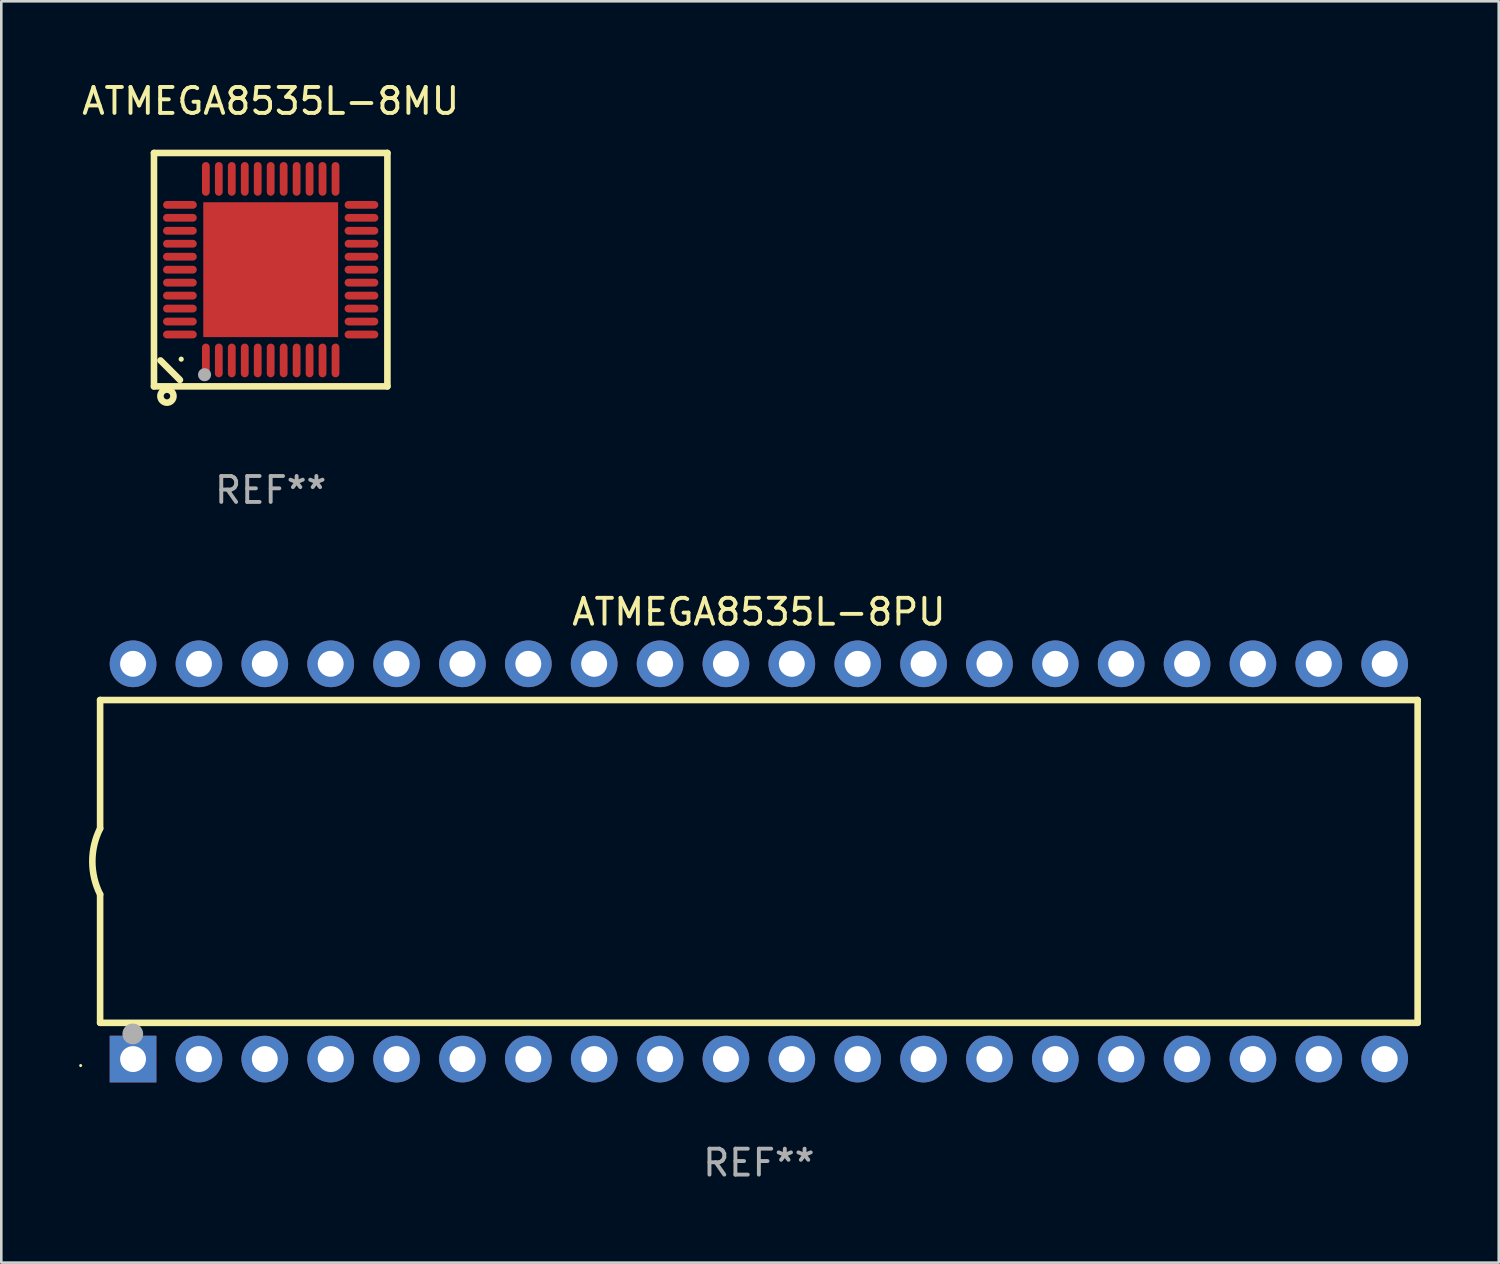
<source format=kicad_pcb>
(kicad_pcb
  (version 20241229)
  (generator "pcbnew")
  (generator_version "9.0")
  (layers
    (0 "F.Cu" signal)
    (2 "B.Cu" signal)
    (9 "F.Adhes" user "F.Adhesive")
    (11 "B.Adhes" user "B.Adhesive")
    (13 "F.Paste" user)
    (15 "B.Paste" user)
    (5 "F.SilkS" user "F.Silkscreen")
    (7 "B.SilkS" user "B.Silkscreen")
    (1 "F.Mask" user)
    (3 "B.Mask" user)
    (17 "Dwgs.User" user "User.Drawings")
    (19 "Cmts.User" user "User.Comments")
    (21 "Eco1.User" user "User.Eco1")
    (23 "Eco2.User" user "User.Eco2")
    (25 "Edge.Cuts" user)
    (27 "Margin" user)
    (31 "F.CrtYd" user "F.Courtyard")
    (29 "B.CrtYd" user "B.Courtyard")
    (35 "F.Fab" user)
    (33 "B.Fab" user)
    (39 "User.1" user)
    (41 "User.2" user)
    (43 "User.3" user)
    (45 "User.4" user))
  (footprint "ATMEGA8535L-8MU"
    (layer "F.Cu")
    (at 7.387 7.348)
    (property "Reference" "ATMEGA8535L-8MU" (at 0 -6.5 0) (layer "F.SilkS") (effects (font (size 1 1) (thickness 0.15))))
    (attr through_hole)
    (fp_line (start -4.5 -4.5) (end -4.5 4.5) (stroke (width 0.254) (type solid)) (layer "F.SilkS"))
    (fp_line (start -4.5 4.5) (end 4.5 4.5) (stroke (width 0.254) (type solid)) (layer "F.SilkS"))
    (fp_line (start -3.5 4.25) (end -4.25 3.5) (stroke (width 0.254) (type solid)) (layer "F.SilkS"))
    (fp_line (start 4.5 -4.5) (end -4.5 -4.5) (stroke (width 0.254) (type solid)) (layer "F.SilkS"))
    (fp_line (start 4.5 4.5) (end 4.5 -4.5) (stroke (width 0.254) (type solid)) (layer "F.SilkS"))
    (fp_circle (center -4 4.875) (end -3.875 4.875) (stroke (width 0.254) (type solid)) (fill no) (layer "F.SilkS"))
    (fp_circle (center -3.45 3.45) (end -3.4 3.45) (stroke (width 0.1) (type solid)) (fill no) (layer "F.SilkS"))
    (fp_circle (center -2.55 4.05) (end -2.423 4.05) (stroke (width 0.254) (type solid)) (fill no) (layer "F.Fab"))
    (fp_text user "REF**" (at 0 8.5 0) (layer "F.Fab") (effects (font (size 1 1) (thickness 0.15))))
    (pad "1" smd oval (at -2.5 3.5 90) (size 1.3 0.3) (layers "F.Cu" "F.Mask" "F.Paste"))
    (pad "2" smd oval (at -2 3.5 90) (size 1.3 0.3) (layers "F.Cu" "F.Mask" "F.Paste"))
    (pad "3" smd oval (at -1.5 3.5 90) (size 1.3 0.3) (layers "F.Cu" "F.Mask" "F.Paste"))
    (pad "4" smd oval (at -1 3.5 90) (size 1.3 0.3) (layers "F.Cu" "F.Mask" "F.Paste"))
    (pad "5" smd oval (at -0.5 3.5 90) (size 1.3 0.3) (layers "F.Cu" "F.Mask" "F.Paste"))
    (pad "6" smd oval (at 0.000025 3.5 90) (size 1.3 0.3) (layers "F.Cu" "F.Mask" "F.Paste"))
    (pad "7" smd oval (at 0.5 3.5 90) (size 1.3 0.3) (layers "F.Cu" "F.Mask" "F.Paste"))
    (pad "8" smd oval (at 1 3.5 90) (size 1.3 0.3) (layers "F.Cu" "F.Mask" "F.Paste"))
    (pad "9" smd oval (at 1.5 3.5 90) (size 1.3 0.3) (layers "F.Cu" "F.Mask" "F.Paste"))
    (pad "10" smd oval (at 2 3.5 90) (size 1.3 0.3) (layers "F.Cu" "F.Mask" "F.Paste"))
    (pad "11" smd oval (at 2.5 3.5 90) (size 1.3 0.3) (layers "F.Cu" "F.Mask" "F.Paste"))
    (pad "12" smd oval (at 3.5 2.5 90) (size 0.3 1.3) (layers "F.Cu" "F.Mask" "F.Paste"))
    (pad "13" smd oval (at 3.5 2 90) (size 0.3 1.3) (layers "F.Cu" "F.Mask" "F.Paste"))
    (pad "14" smd oval (at 3.5 1.5 90) (size 0.3 1.3) (layers "F.Cu" "F.Mask" "F.Paste"))
    (pad "15" smd oval (at 3.5 1 90) (size 0.3 1.3) (layers "F.Cu" "F.Mask" "F.Paste"))
    (pad "16" smd oval (at 3.5 0.5 90) (size 0.3 1.3) (layers "F.Cu" "F.Mask" "F.Paste"))
    (pad "17" smd oval (at 3.5 0.000025 90) (size 0.3 1.3) (layers "F.Cu" "F.Mask" "F.Paste"))
    (pad "18" smd oval (at 3.5 -0.5 90) (size 0.3 1.3) (layers "F.Cu" "F.Mask" "F.Paste"))
    (pad "19" smd oval (at 3.5 -1 90) (size 0.3 1.3) (layers "F.Cu" "F.Mask" "F.Paste"))
    (pad "20" smd oval (at 3.5 -1.5 90) (size 0.3 1.3) (layers "F.Cu" "F.Mask" "F.Paste"))
    (pad "21" smd oval (at 3.5 -2 90) (size 0.3 1.3) (layers "F.Cu" "F.Mask" "F.Paste"))
    (pad "22" smd oval (at 3.5 -2.5 90) (size 0.3 1.3) (layers "F.Cu" "F.Mask" "F.Paste"))
    (pad "23" smd oval (at 2.5 -3.5 90) (size 1.3 0.3) (layers "F.Cu" "F.Mask" "F.Paste"))
    (pad "24" smd oval (at 2 -3.5 90) (size 1.3 0.3) (layers "F.Cu" "F.Mask" "F.Paste"))
    (pad "25" smd oval (at 1.5 -3.5 90) (size 1.3 0.3) (layers "F.Cu" "F.Mask" "F.Paste"))
    (pad "26" smd oval (at 1 -3.5 90) (size 1.3 0.3) (layers "F.Cu" "F.Mask" "F.Paste"))
    (pad "27" smd oval (at 0.5 -3.5 90) (size 1.3 0.3) (layers "F.Cu" "F.Mask" "F.Paste"))
    (pad "28" smd oval (at 0.000025 -3.5 90) (size 1.3 0.3) (layers "F.Cu" "F.Mask" "F.Paste"))
    (pad "29" smd oval (at -0.5 -3.5 90) (size 1.3 0.3) (layers "F.Cu" "F.Mask" "F.Paste"))
    (pad "30" smd oval (at -1 -3.5 90) (size 1.3 0.3) (layers "F.Cu" "F.Mask" "F.Paste"))
    (pad "31" smd oval (at -1.5 -3.5 90) (size 1.3 0.3) (layers "F.Cu" "F.Mask" "F.Paste"))
    (pad "32" smd oval (at -2 -3.5 90) (size 1.3 0.3) (layers "F.Cu" "F.Mask" "F.Paste"))
    (pad "33" smd oval (at -2.5 -3.5 90) (size 1.3 0.3) (layers "F.Cu" "F.Mask" "F.Paste"))
    (pad "34" smd oval (at -3.5 -2.5 90) (size 0.3 1.3) (layers "F.Cu" "F.Mask" "F.Paste"))
    (pad "35" smd oval (at -3.5 -2 90) (size 0.3 1.3) (layers "F.Cu" "F.Mask" "F.Paste"))
    (pad "36" smd oval (at -3.5 -1.5 90) (size 0.3 1.3) (layers "F.Cu" "F.Mask" "F.Paste"))
    (pad "37" smd oval (at -3.5 -1 90) (size 0.3 1.3) (layers "F.Cu" "F.Mask" "F.Paste"))
    (pad "38" smd oval (at -3.5 -0.5 90) (size 0.3 1.3) (layers "F.Cu" "F.Mask" "F.Paste"))
    (pad "39" smd oval (at -3.5 0.000025 90) (size 0.3 1.3) (layers "F.Cu" "F.Mask" "F.Paste"))
    (pad "40" smd oval (at -3.5 0.5 90) (size 0.3 1.3) (layers "F.Cu" "F.Mask" "F.Paste"))
    (pad "41" smd oval (at -3.5 1 90) (size 0.3 1.3) (layers "F.Cu" "F.Mask" "F.Paste"))
    (pad "42" smd oval (at -3.5 1.5 90) (size 0.3 1.3) (layers "F.Cu" "F.Mask" "F.Paste"))
    (pad "43" smd oval (at -3.5 2 90) (size 0.3 1.3) (layers "F.Cu" "F.Mask" "F.Paste"))
    (pad "44" smd oval (at -3.5 2.5 90) (size 0.3 1.3) (layers "F.Cu" "F.Mask" "F.Paste"))
    (pad "45" smd rect (at 0.000025 0.000025 90) (size 5.2 5.2) (layers "F.Cu" "F.Mask" "F.Paste")))
  (footprint "ATMEGA8535L-8PU"
    (layer "F.Cu")
    (at 26.21 30.165)
    (property "Reference" "ATMEGA8535L-8PU" (at 0 -9.62 0) (layer "F.SilkS") (effects (font (size 1 1) (thickness 0.15))))
    (attr through_hole)
    (fp_line (start -25.4 -6.224) (end -25.4 -1.271) (stroke (width 0.254) (type solid)) (layer "F.SilkS"))
    (fp_line (start -25.4 -6.224) (end 25.4 -6.224) (stroke (width 0.254) (type solid)) (layer "F.SilkS"))
    (fp_line (start -25.4 1.269) (end -25.4 6.222) (stroke (width 0.254) (type solid)) (layer "F.SilkS"))
    (fp_line (start -25.4 6.222) (end 25.4 6.222) (stroke (width 0.254) (type solid)) (layer "F.SilkS"))
    (fp_line (start 25.4 6.222) (end 25.4 -6.224) (stroke (width 0.254) (type solid)) (layer "F.SilkS"))
    (fp_arc (start -25.4 1.269241) (mid -25.699807 -0.000762) (end -25.4 -1.270765) (stroke (width 0.254001) (type solid)) (layer "F.SilkS"))
    (fp_circle (center -26.15 7.87) (end -26.12 7.87) (stroke (width 0.06) (type solid)) (fill no) (layer "F.SilkS"))
    (fp_circle (center -24.14 6.65) (end -23.94 6.65) (stroke (width 0.4) (type solid)) (fill no) (layer "F.Fab"))
    (fp_text user "REF**" (at 0 11.62 0) (layer "F.Fab") (effects (font (size 1 1) (thickness 0.15))))
    (pad "1" thru_hole rect (at -24.13 7.62 90) (size 1.8 1.8) (drill 1) (layers "*.Cu" "*.Mask"))
    (pad "2" thru_hole circle (at -21.59 7.62) (size 1.8 1.8) (drill 1) (layers "*.Cu" "*.Mask"))
    (pad "3" thru_hole circle (at -19.05 7.62) (size 1.8 1.8) (drill 1) (layers "*.Cu" "*.Mask"))
    (pad "4" thru_hole circle (at -16.51 7.62) (size 1.8 1.8) (drill 1) (layers "*.Cu" "*.Mask"))
    (pad "5" thru_hole circle (at -13.97 7.62) (size 1.8 1.8) (drill 1) (layers "*.Cu" "*.Mask"))
    (pad "6" thru_hole circle (at -11.43 7.62) (size 1.8 1.8) (drill 1) (layers "*.Cu" "*.Mask"))
    (pad "7" thru_hole circle (at -8.89 7.62) (size 1.8 1.8) (drill 1) (layers "*.Cu" "*.Mask"))
    (pad "8" thru_hole circle (at -6.35 7.62) (size 1.8 1.8) (drill 1) (layers "*.Cu" "*.Mask"))
    (pad "9" thru_hole circle (at -3.81 7.62) (size 1.8 1.8) (drill 1) (layers "*.Cu" "*.Mask"))
    (pad "10" thru_hole circle (at -1.27 7.62) (size 1.8 1.8) (drill 1) (layers "*.Cu" "*.Mask"))
    (pad "11" thru_hole circle (at 1.27 7.62) (size 1.8 1.8) (drill 1) (layers "*.Cu" "*.Mask"))
    (pad "12" thru_hole circle (at 3.81 7.62) (size 1.8 1.8) (drill 1) (layers "*.Cu" "*.Mask"))
    (pad "13" thru_hole circle (at 6.35 7.62) (size 1.8 1.8) (drill 1) (layers "*.Cu" "*.Mask"))
    (pad "14" thru_hole circle (at 8.89 7.62) (size 1.8 1.8) (drill 1) (layers "*.Cu" "*.Mask"))
    (pad "15" thru_hole circle (at 11.43 7.62) (size 1.8 1.8) (drill 1) (layers "*.Cu" "*.Mask"))
    (pad "16" thru_hole circle (at 13.97 7.62) (size 1.8 1.8) (drill 1) (layers "*.Cu" "*.Mask"))
    (pad "17" thru_hole circle (at 16.51 7.62) (size 1.8 1.8) (drill 1) (layers "*.Cu" "*.Mask"))
    (pad "18" thru_hole circle (at 19.05 7.62) (size 1.8 1.8) (drill 1) (layers "*.Cu" "*.Mask"))
    (pad "19" thru_hole circle (at 21.59 7.62) (size 1.8 1.8) (drill 1) (layers "*.Cu" "*.Mask"))
    (pad "20" thru_hole circle (at 24.13 7.62) (size 1.8 1.8) (drill 1) (layers "*.Cu" "*.Mask"))
    (pad "21" thru_hole circle (at 24.13 -7.62) (size 1.8 1.8) (drill 1) (layers "*.Cu" "*.Mask"))
    (pad "22" thru_hole circle (at 21.59 -7.62) (size 1.8 1.8) (drill 1) (layers "*.Cu" "*.Mask"))
    (pad "23" thru_hole circle (at 19.05 -7.62) (size 1.8 1.8) (drill 1) (layers "*.Cu" "*.Mask"))
    (pad "24" thru_hole circle (at 16.51 -7.62) (size 1.8 1.8) (drill 1) (layers "*.Cu" "*.Mask"))
    (pad "25" thru_hole circle (at 13.97 -7.62) (size 1.8 1.8) (drill 1) (layers "*.Cu" "*.Mask"))
    (pad "26" thru_hole circle (at 11.43 -7.62) (size 1.8 1.8) (drill 1) (layers "*.Cu" "*.Mask"))
    (pad "27" thru_hole circle (at 8.89 -7.62) (size 1.8 1.8) (drill 1) (layers "*.Cu" "*.Mask"))
    (pad "28" thru_hole circle (at 6.35 -7.62) (size 1.8 1.8) (drill 1) (layers "*.Cu" "*.Mask"))
    (pad "29" thru_hole circle (at 3.81 -7.62) (size 1.8 1.8) (drill 1) (layers "*.Cu" "*.Mask"))
    (pad "30" thru_hole circle (at 1.27 -7.62) (size 1.8 1.8) (drill 1) (layers "*.Cu" "*.Mask"))
    (pad "31" thru_hole circle (at -1.27 -7.62) (size 1.8 1.8) (drill 1) (layers "*.Cu" "*.Mask"))
    (pad "32" thru_hole circle (at -3.81 -7.62) (size 1.8 1.8) (drill 1) (layers "*.Cu" "*.Mask"))
    (pad "33" thru_hole circle (at -6.35 -7.62) (size 1.8 1.8) (drill 1) (layers "*.Cu" "*.Mask"))
    (pad "34" thru_hole circle (at -8.89 -7.62) (size 1.8 1.8) (drill 1) (layers "*.Cu" "*.Mask"))
    (pad "35" thru_hole circle (at -11.43 -7.62) (size 1.8 1.8) (drill 1) (layers "*.Cu" "*.Mask"))
    (pad "36" thru_hole circle (at -13.97 -7.62) (size 1.8 1.8) (drill 1) (layers "*.Cu" "*.Mask"))
    (pad "37" thru_hole circle (at -16.51 -7.62) (size 1.8 1.8) (drill 1) (layers "*.Cu" "*.Mask"))
    (pad "38" thru_hole circle (at -19.05 -7.62) (size 1.8 1.8) (drill 1) (layers "*.Cu" "*.Mask"))
    (pad "39" thru_hole circle (at -21.59 -7.62) (size 1.8 1.8) (drill 1) (layers "*.Cu" "*.Mask"))
    (pad "40" thru_hole circle (at -24.13 -7.62) (size 1.8 1.8) (drill 1) (layers "*.Cu" "*.Mask")))
  (gr_rect
    (start -3 -3)
    (end 54.737 45.633)
    (stroke (width 0.1) (type default))
    (fill no)
    (layer "Edge.Cuts")))
</source>
